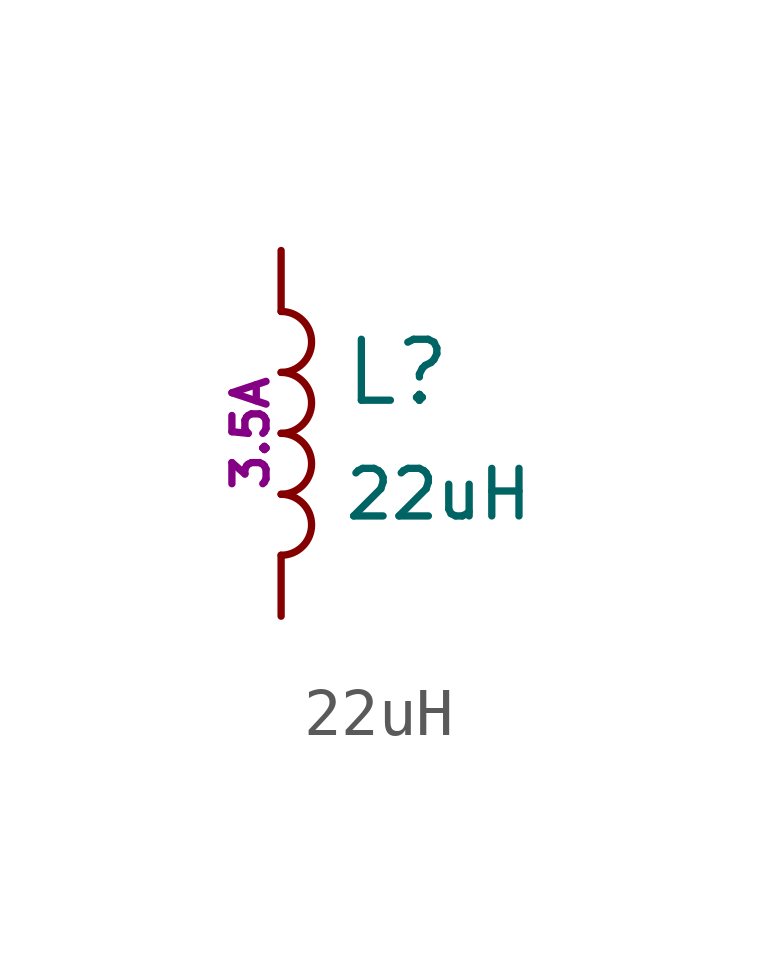
<source format=kicad_sym>
(kicad_symbol_lib
  (version 20211014)
  (generator kicad_symbol_editor)
  (symbol "22uH"
    (pin_numbers hide)
    (pin_names
      (offset 1.016) hide)
    (property "Reference" "L"
      (at 1.27 1.27 0)
      (effects (font (size 1.27 1.27)) (justify left)))
    (property "Value" "22uH"
      (at 1.27 -1.27 0)
      (effects (font (size 0.991 0.991)) (justify left)))
    (property "Saturation Current" "3.5A"
      (at -0.635 0 90)
      (effects (font (size 0.711 0.711))))
    (symbol "22uH_0_1"
      (arc (start 0 -2.54) (mid 0.635 -1.905) (end 0 -1.27) (stroke (width 0) (type default) (color 0 0 0 0)) (fill (type none)))
      (arc (start 0 -1.27) (mid 0.635 -0.635) (end 0 0) (stroke (width 0) (type default) (color 0 0 0 0)) (fill (type none)))
      (arc (start 0 0) (mid 0.635 0.635) (end 0 1.27) (stroke (width 0) (type default) (color 0 0 0 0)) (fill (type none)))
      (arc (start 0 1.27) (mid 0.635 1.905) (end 0 2.54) (stroke (width 0) (type default) (color 0 0 0 0)) (fill (type none))))
    (symbol "22uH_1_1"
      (pin passive line (at 0 3.81 270) (length 1.27) (name "1" (effects (font (size 1.27 1.27)))) (number "1" (effects (font (size 1.27 1.27)))))
      (pin passive line (at 0 -3.81 90) (length 1.27) (name "2" (effects (font (size 1.27 1.27)))) (number "2" (effects (font (size 1.27 1.27))))))))
</source>
